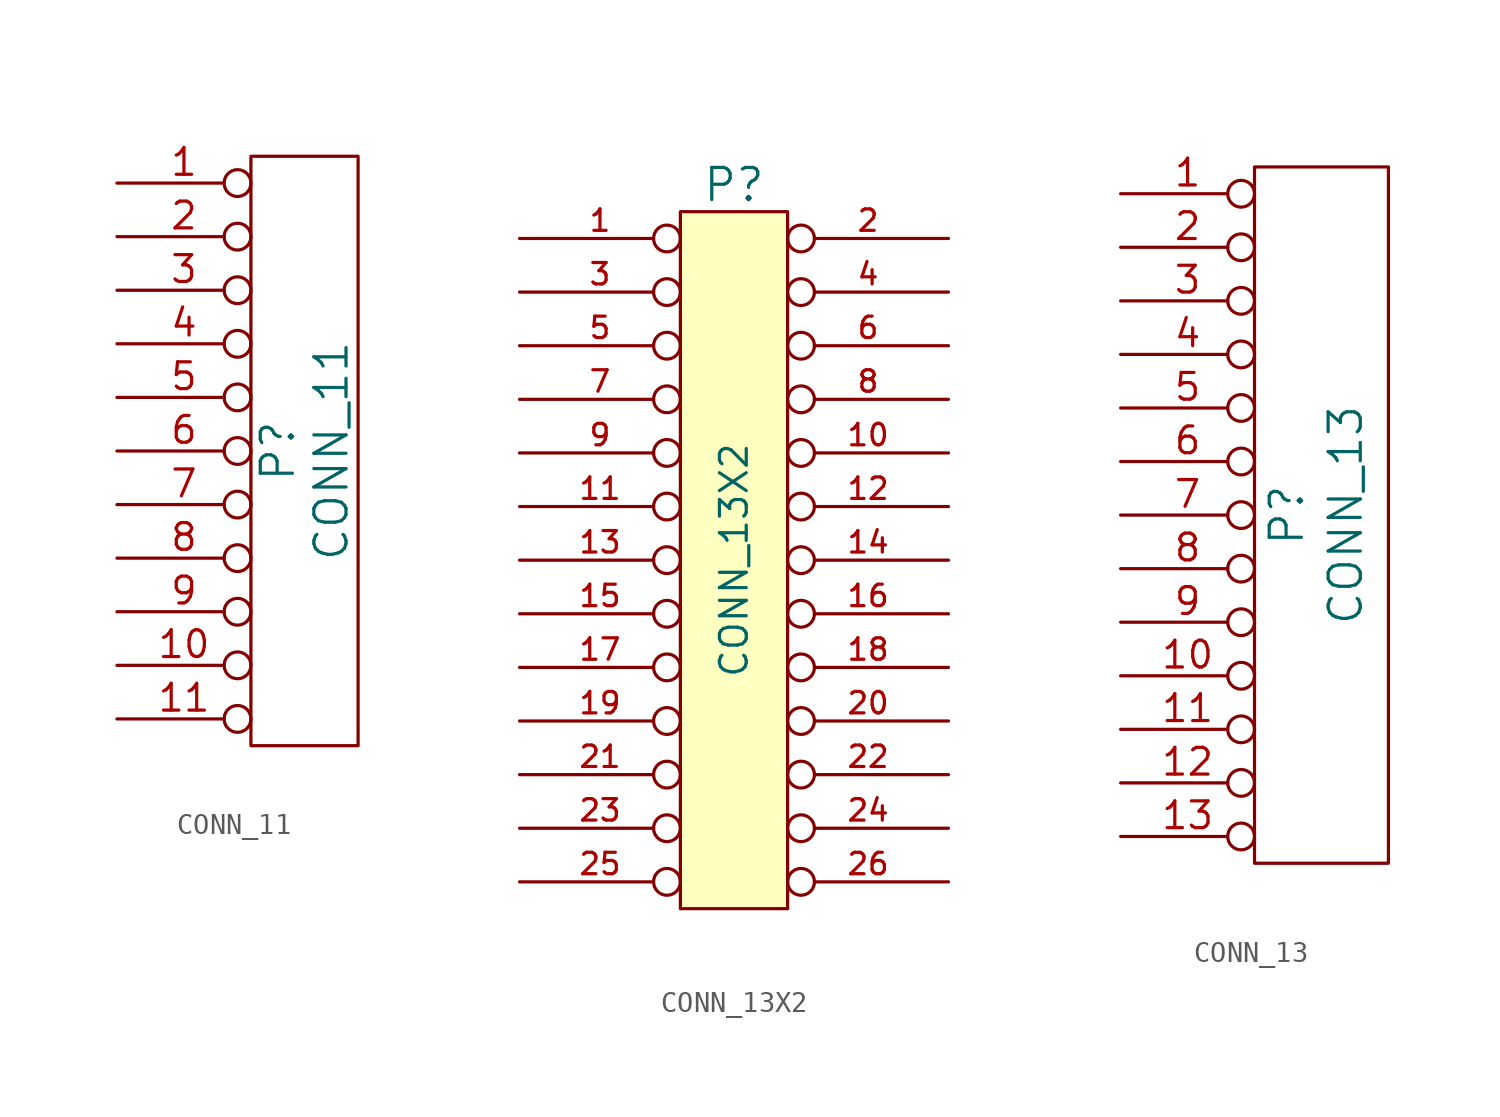
<source format=kicad_sym>
(kicad_symbol_lib
  (version 20220914)
  (generator kicad_symbol_editor)
  (symbol "CONN_11"
    (pin_names
      (offset 1.016) hide)
    (property "Reference" "P"
      (at -1.27 0 90)
      (effects (font (size 1.524 1.524))))
    (property "Value" "CONN_11"
      (at 1.27 0 90)
      (effects (font (size 1.524 1.524))))
    (property "Footprint" ""
      (at 0 0 0)
      (effects (font (size 1.524 1.524))))
    (property "Datasheet" ""
      (at 0 0 0)
      (effects (font (size 1.524 1.524))))
    (symbol "CONN_11_0_1"
      (rectangle (start -2.54 13.97) (end 2.54 -13.97) (stroke (width 0) (type default)) (fill (type none))))
    (symbol "CONN_11_1_1"
      (pin passive inverted (at -8.89 12.7 0) (length 6.35) (name "P1" (effects (font (size 1.27 1.27)))) (number "1" (effects (font (size 1.27 1.27)))))
      (pin passive inverted (at -8.89 -10.16 0) (length 6.35) (name "P10" (effects (font (size 1.27 1.27)))) (number "10" (effects (font (size 1.27 1.27)))))
      (pin passive inverted (at -8.89 -12.7 0) (length 6.35) (name "P11" (effects (font (size 1.27 1.27)))) (number "11" (effects (font (size 1.27 1.27)))))
      (pin passive inverted (at -8.89 10.16 0) (length 6.35) (name "P2" (effects (font (size 1.27 1.27)))) (number "2" (effects (font (size 1.27 1.27)))))
      (pin passive inverted (at -8.89 7.62 0) (length 6.35) (name "P3" (effects (font (size 1.27 1.27)))) (number "3" (effects (font (size 1.27 1.27)))))
      (pin passive inverted (at -8.89 5.08 0) (length 6.35) (name "P4" (effects (font (size 1.27 1.27)))) (number "4" (effects (font (size 1.27 1.27)))))
      (pin passive inverted (at -8.89 2.54 0) (length 6.35) (name "P5" (effects (font (size 1.27 1.27)))) (number "5" (effects (font (size 1.27 1.27)))))
      (pin passive inverted (at -8.89 0 0) (length 6.35) (name "P6" (effects (font (size 1.27 1.27)))) (number "6" (effects (font (size 1.27 1.27)))))
      (pin passive inverted (at -8.89 -2.54 0) (length 6.35) (name "P7" (effects (font (size 1.27 1.27)))) (number "7" (effects (font (size 1.27 1.27)))))
      (pin passive inverted (at -8.89 -5.08 0) (length 6.35) (name "P8" (effects (font (size 1.27 1.27)))) (number "8" (effects (font (size 1.27 1.27)))))
      (pin passive inverted (at -8.89 -7.62 0) (length 6.35) (name "P9" (effects (font (size 1.27 1.27)))) (number "9" (effects (font (size 1.27 1.27)))))))
  (symbol "CONN_13X2"
    (pin_names
      (offset 0.254) hide)
    (property "Reference" "P"
      (at 0 17.78 0)
      (effects (font (size 1.524 1.524))))
    (property "Value" "CONN_13X2"
      (at 0 0 90)
      (effects (font (size 1.27 1.27))))
    (property "Footprint" ""
      (at 0 0 0)
      (effects (font (size 1.524 1.524))))
    (property "Datasheet" ""
      (at 0 0 0)
      (effects (font (size 1.524 1.524))))
    (symbol "CONN_13X2_0_1"
      (rectangle (start -2.54 16.51) (end 2.54 -16.51) (stroke (width 0) (type default)) (fill (type background))))
    (symbol "CONN_13X2_1_1"
      (pin passive inverted (at -10.16 15.24 0) (length 7.62) (name "P1" (effects (font (size 0.762 0.762)))) (number "1" (effects (font (size 1.016 1.016)))))
      (pin passive inverted (at 10.16 5.08 180) (length 7.62) (name "P10" (effects (font (size 0.762 0.762)))) (number "10" (effects (font (size 1.016 1.016)))))
      (pin passive inverted (at -10.16 2.54 0) (length 7.62) (name "P11" (effects (font (size 0.762 0.762)))) (number "11" (effects (font (size 1.016 1.016)))))
      (pin passive inverted (at 10.16 2.54 180) (length 7.62) (name "P12" (effects (font (size 0.762 0.762)))) (number "12" (effects (font (size 1.016 1.016)))))
      (pin passive inverted (at -10.16 0 0) (length 7.62) (name "P13" (effects (font (size 0.762 0.762)))) (number "13" (effects (font (size 1.016 1.016)))))
      (pin passive inverted (at 10.16 0 180) (length 7.62) (name "P14" (effects (font (size 0.762 0.762)))) (number "14" (effects (font (size 1.016 1.016)))))
      (pin passive inverted (at -10.16 -2.54 0) (length 7.62) (name "P15" (effects (font (size 0.762 0.762)))) (number "15" (effects (font (size 1.016 1.016)))))
      (pin passive inverted (at 10.16 -2.54 180) (length 7.62) (name "P16" (effects (font (size 0.762 0.762)))) (number "16" (effects (font (size 1.016 1.016)))))
      (pin passive inverted (at -10.16 -5.08 0) (length 7.62) (name "P17" (effects (font (size 0.762 0.762)))) (number "17" (effects (font (size 1.016 1.016)))))
      (pin passive inverted (at 10.16 -5.08 180) (length 7.62) (name "P18" (effects (font (size 0.762 0.762)))) (number "18" (effects (font (size 1.016 1.016)))))
      (pin passive inverted (at -10.16 -7.62 0) (length 7.62) (name "P19" (effects (font (size 0.762 0.762)))) (number "19" (effects (font (size 1.016 1.016)))))
      (pin passive inverted (at 10.16 15.24 180) (length 7.62) (name "P2" (effects (font (size 0.762 0.762)))) (number "2" (effects (font (size 1.016 1.016)))))
      (pin passive inverted (at 10.16 -7.62 180) (length 7.62) (name "P20" (effects (font (size 0.762 0.762)))) (number "20" (effects (font (size 1.016 1.016)))))
      (pin passive inverted (at -10.16 -10.16 0) (length 7.62) (name "P21" (effects (font (size 0.762 0.762)))) (number "21" (effects (font (size 1.016 1.016)))))
      (pin passive inverted (at 10.16 -10.16 180) (length 7.62) (name "P22" (effects (font (size 0.762 0.762)))) (number "22" (effects (font (size 1.016 1.016)))))
      (pin passive inverted (at -10.16 -12.7 0) (length 7.62) (name "P23" (effects (font (size 0.762 0.762)))) (number "23" (effects (font (size 1.016 1.016)))))
      (pin passive inverted (at 10.16 -12.7 180) (length 7.62) (name "P20" (effects (font (size 0.762 0.762)))) (number "24" (effects (font (size 1.016 1.016)))))
      (pin passive inverted (at -10.16 -15.24 0) (length 7.62) (name "P24" (effects (font (size 0.762 0.762)))) (number "25" (effects (font (size 1.016 1.016)))))
      (pin passive inverted (at 10.16 -15.24 180) (length 7.62) (name "P22" (effects (font (size 0.762 0.762)))) (number "26" (effects (font (size 1.016 1.016)))))
      (pin passive inverted (at -10.16 12.7 0) (length 7.62) (name "P3" (effects (font (size 0.762 0.762)))) (number "3" (effects (font (size 1.016 1.016)))))
      (pin passive inverted (at 10.16 12.7 180) (length 7.62) (name "P4" (effects (font (size 0.762 0.762)))) (number "4" (effects (font (size 1.016 1.016)))))
      (pin passive inverted (at -10.16 10.16 0) (length 7.62) (name "P5" (effects (font (size 0.762 0.762)))) (number "5" (effects (font (size 1.016 1.016)))))
      (pin passive inverted (at 10.16 10.16 180) (length 7.62) (name "P6" (effects (font (size 0.762 0.762)))) (number "6" (effects (font (size 1.016 1.016)))))
      (pin passive inverted (at -10.16 7.62 0) (length 7.62) (name "P7" (effects (font (size 0.762 0.762)))) (number "7" (effects (font (size 1.016 1.016)))))
      (pin passive inverted (at 10.16 7.62 180) (length 7.62) (name "P8" (effects (font (size 0.762 0.762)))) (number "8" (effects (font (size 1.016 1.016)))))
      (pin passive inverted (at -10.16 5.08 0) (length 7.62) (name "P9" (effects (font (size 0.762 0.762)))) (number "9" (effects (font (size 1.016 1.016)))))))
  (symbol "CONN_13"
    (pin_names
      (offset 1.016) hide)
    (property "Reference" "P"
      (at -1.016 0 90)
      (effects (font (size 1.524 1.524))))
    (property "Value" "CONN_13"
      (at 1.778 0 90)
      (effects (font (size 1.524 1.524))))
    (property "Footprint" ""
      (at 0 0 0)
      (effects (font (size 1.524 1.524))))
    (property "Datasheet" ""
      (at 0 0 0)
      (effects (font (size 1.524 1.524))))
    (symbol "CONN_13_0_1"
      (rectangle (start -2.54 16.51) (end 3.81 -16.51) (stroke (width 0) (type default)) (fill (type none))))
    (symbol "CONN_13_1_1"
      (pin passive inverted (at -8.89 15.24 0) (length 6.35) (name "P1" (effects (font (size 1.27 1.27)))) (number "1" (effects (font (size 1.27 1.27)))))
      (pin passive inverted (at -8.89 -7.62 0) (length 6.35) (name "P10" (effects (font (size 1.27 1.27)))) (number "10" (effects (font (size 1.27 1.27)))))
      (pin passive inverted (at -8.89 -10.16 0) (length 6.35) (name "P11" (effects (font (size 1.27 1.27)))) (number "11" (effects (font (size 1.27 1.27)))))
      (pin passive inverted (at -8.89 -12.7 0) (length 6.35) (name "P12" (effects (font (size 1.27 1.27)))) (number "12" (effects (font (size 1.27 1.27)))))
      (pin passive inverted (at -8.89 -15.24 0) (length 6.35) (name "P13" (effects (font (size 1.27 1.27)))) (number "13" (effects (font (size 1.27 1.27)))))
      (pin passive inverted (at -8.89 12.7 0) (length 6.35) (name "P2" (effects (font (size 1.27 1.27)))) (number "2" (effects (font (size 1.27 1.27)))))
      (pin passive inverted (at -8.89 10.16 0) (length 6.35) (name "P3" (effects (font (size 1.27 1.27)))) (number "3" (effects (font (size 1.27 1.27)))))
      (pin passive inverted (at -8.89 7.62 0) (length 6.35) (name "P4" (effects (font (size 1.27 1.27)))) (number "4" (effects (font (size 1.27 1.27)))))
      (pin passive inverted (at -8.89 5.08 0) (length 6.35) (name "P5" (effects (font (size 1.27 1.27)))) (number "5" (effects (font (size 1.27 1.27)))))
      (pin passive inverted (at -8.89 2.54 0) (length 6.35) (name "P6" (effects (font (size 1.27 1.27)))) (number "6" (effects (font (size 1.27 1.27)))))
      (pin passive inverted (at -8.89 0 0) (length 6.35) (name "P7" (effects (font (size 1.27 1.27)))) (number "7" (effects (font (size 1.27 1.27)))))
      (pin passive inverted (at -8.89 -2.54 0) (length 6.35) (name "P8" (effects (font (size 1.27 1.27)))) (number "8" (effects (font (size 1.27 1.27)))))
      (pin passive inverted (at -8.89 -5.08 0) (length 6.35) (name "P9" (effects (font (size 1.27 1.27)))) (number "9" (effects (font (size 1.27 1.27))))))))
</source>
